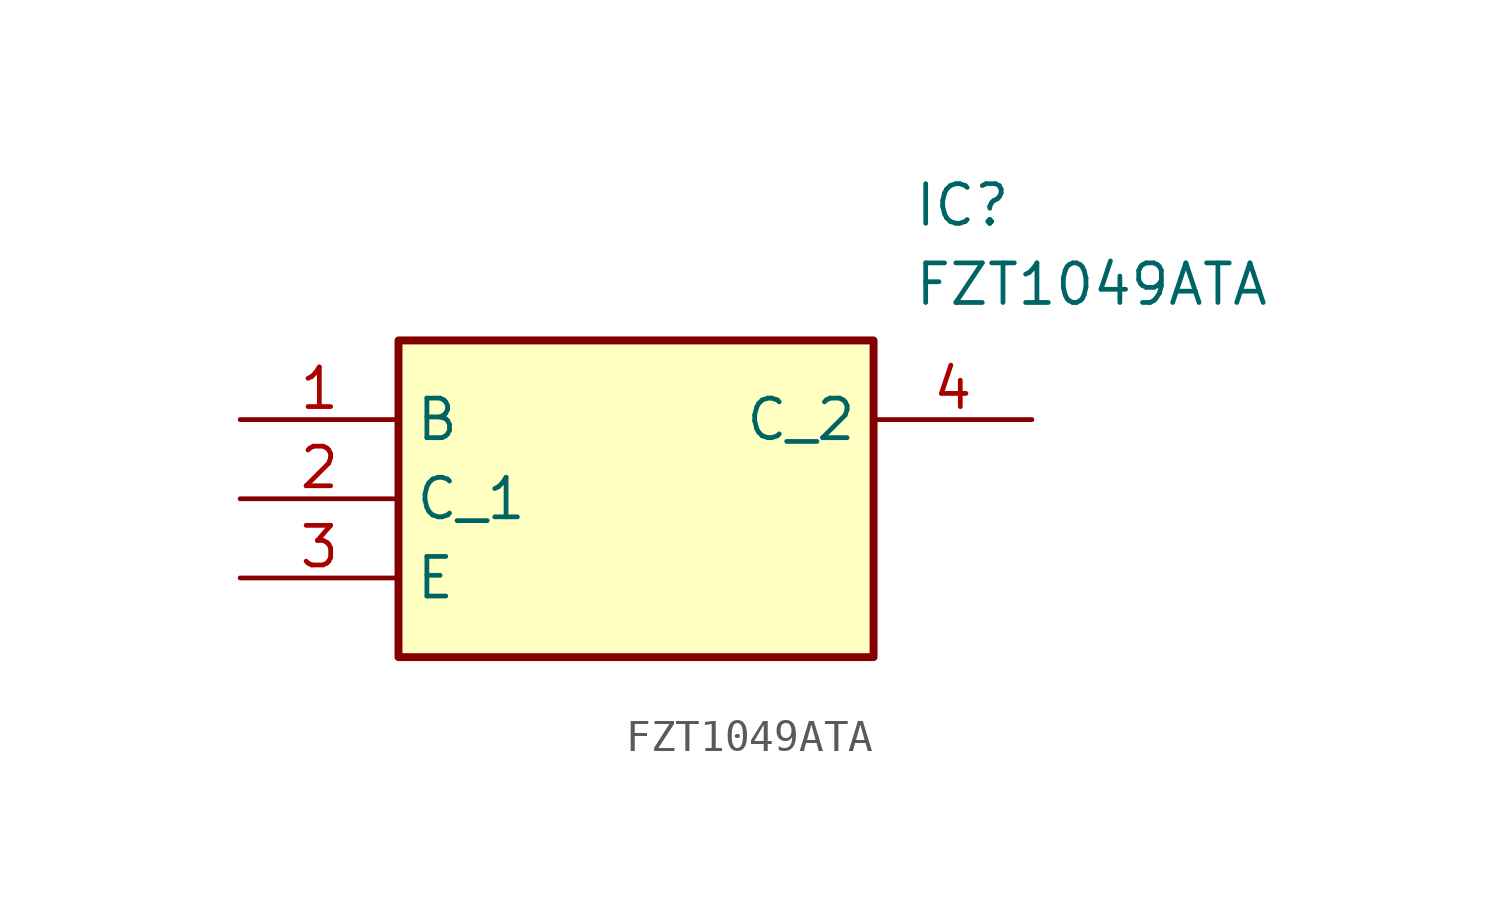
<source format=kicad_sym>
(kicad_symbol_lib
  (version 20211014)
  (generator SamacSys_ECAD_Model)
  (symbol "FZT1049ATA"
    (property "Reference" "IC"
      (at 21.59 7.62 0)
      (effects (font (size 1.27 1.27)) (justify left top)))
    (property "Value" "FZT1049ATA"
      (at 21.59 5.08 0)
      (effects (font (size 1.27 1.27)) (justify left top)))
    (rectangle
      (start 5.08 2.54)
      (end 20.32 -7.62)
      (stroke (width 0.254) (type default))
      (fill (type background)))
    (pin passive line
      (at 0 0 0)
      (length 5.08)
      (name "B" (effects (font (size 1.27 1.27))))
      (number "1" (effects (font (size 1.27 1.27)))))
    (pin passive line
      (at 0 -2.54 0)
      (length 5.08)
      (name "C_1" (effects (font (size 1.27 1.27))))
      (number "2" (effects (font (size 1.27 1.27)))))
    (pin passive line
      (at 0 -5.08 0)
      (length 5.08)
      (name "E" (effects (font (size 1.27 1.27))))
      (number "3" (effects (font (size 1.27 1.27)))))
    (pin passive line
      (at 25.4 0 180)
      (length 5.08)
      (name "C_2" (effects (font (size 1.27 1.27))))
      (number "4" (effects (font (size 1.27 1.27)))))))
</source>
